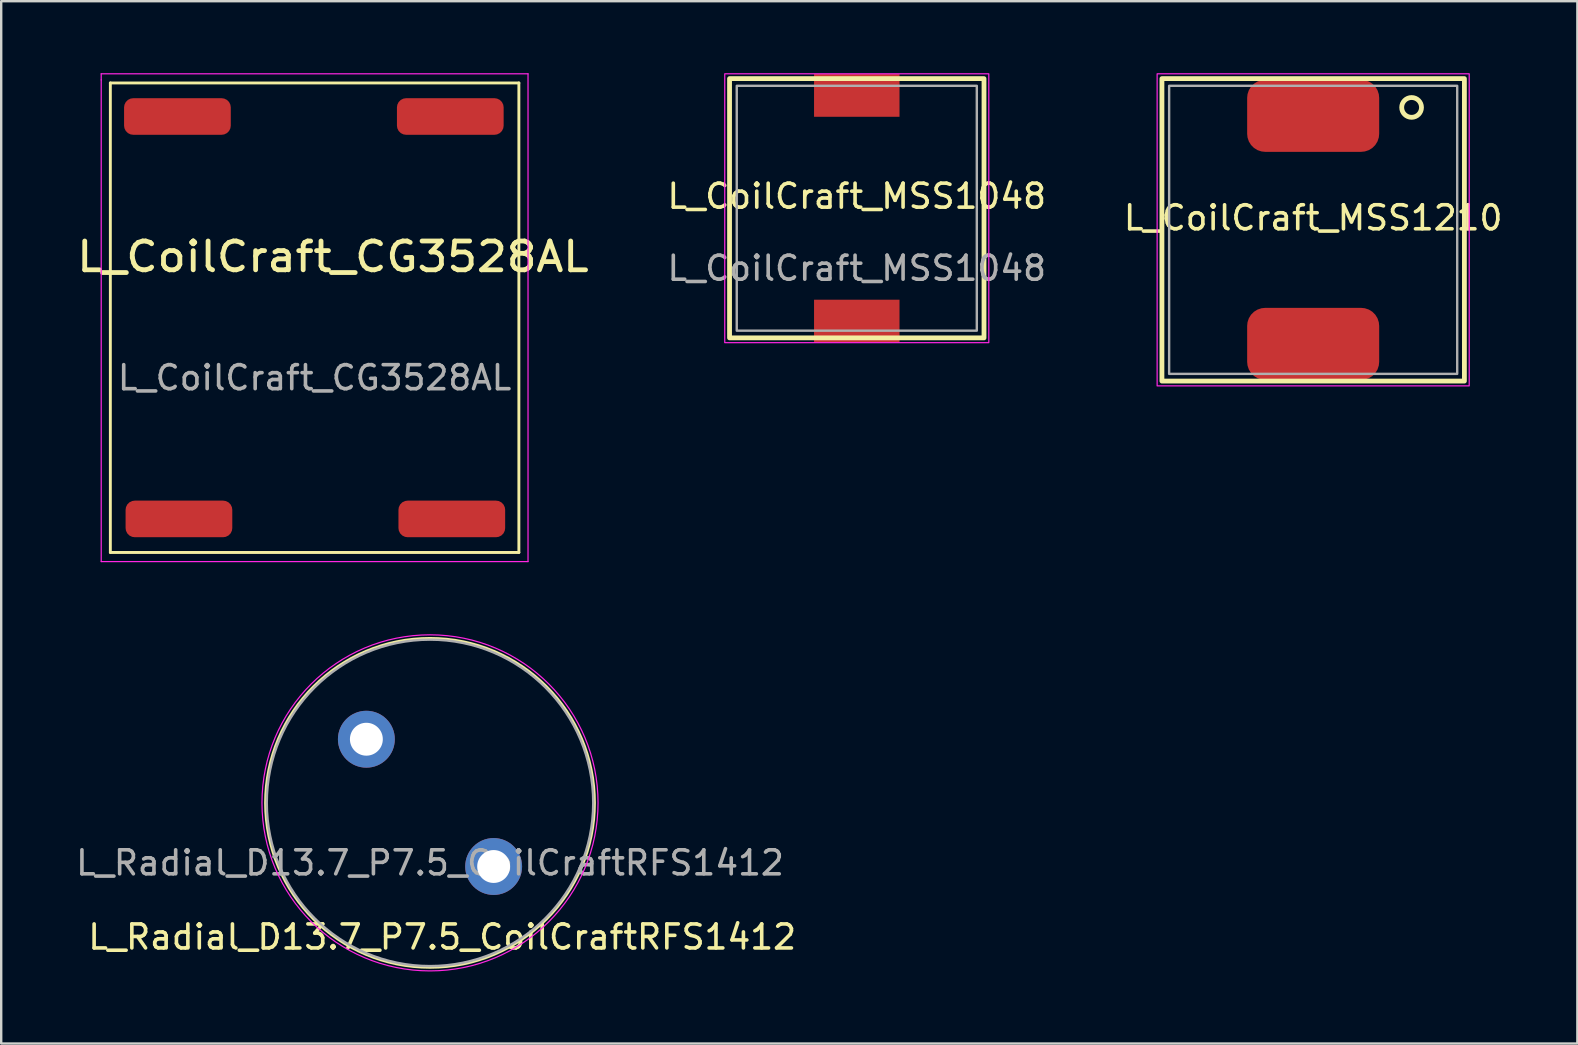
<source format=kicad_pcb>
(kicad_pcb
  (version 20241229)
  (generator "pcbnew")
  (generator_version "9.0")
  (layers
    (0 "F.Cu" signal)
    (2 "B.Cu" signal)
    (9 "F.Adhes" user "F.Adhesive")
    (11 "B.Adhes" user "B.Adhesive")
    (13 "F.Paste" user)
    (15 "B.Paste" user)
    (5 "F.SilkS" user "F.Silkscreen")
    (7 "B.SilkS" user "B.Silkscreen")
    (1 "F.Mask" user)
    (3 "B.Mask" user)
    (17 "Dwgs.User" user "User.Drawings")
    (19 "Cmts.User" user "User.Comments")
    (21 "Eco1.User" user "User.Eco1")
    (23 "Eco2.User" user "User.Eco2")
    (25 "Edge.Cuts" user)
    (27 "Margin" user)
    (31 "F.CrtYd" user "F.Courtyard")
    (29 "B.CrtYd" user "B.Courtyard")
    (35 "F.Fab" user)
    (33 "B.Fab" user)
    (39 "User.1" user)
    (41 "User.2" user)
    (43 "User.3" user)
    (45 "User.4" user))
  (footprint "L_CoilCraft_MSS1210"
    (layer "F.Cu")
    (at 51.653 6.525)
    (property "Reference" "L_CoilCraft_MSS1210" (at 0 -0.5 0) (unlocked yes) (layer "F.SilkS") (effects (font (size 1 1) (thickness 0.15))))
    (attr smd)
    (fp_rect (start 6.3 6.3) (end -6.3 -6.3) (stroke (width 0.2) (type solid)) (fill no) (layer "F.SilkS"))
    (fp_circle (center 4.1 -5.1) (end 4.512 -5.1) (stroke (width 0.2) (type solid)) (fill no) (layer "F.SilkS"))
    (fp_rect (start 6.5 6.5) (end -6.5 -6.5) (stroke (width 0.05) (type solid)) (fill no) (layer "F.CrtYd"))
    (fp_rect (start 6 6) (end -6 -6) (stroke (width 0.1) (type solid)) (fill no) (layer "F.Fab"))
    (pad "1" smd roundrect (at 0 -4.75) (size 5.5 3) (layers "F.Cu" "F.Mask" "F.Paste") (roundrect_rratio 0.25))
    (pad "2" smd roundrect (at 0 4.75) (size 5.5 3) (layers "F.Cu" "F.Mask" "F.Paste") (roundrect_rratio 0.25)))
  (footprint "L_CoilCraft_CG3528AL"
    (layer "F.Cu")
    (at 10.056 10.185)
    (property "Reference" "L_CoilCraft_CG3528AL" (at 0.762 -2.54 0) (unlocked yes) (layer "F.SilkS") (effects (font (size 1.2 1.3) (thickness 0.2))))
    (attr smd)
    (fp_line (start -8.509 9.779) (end -8.509 -9.779) (stroke (width 0.12) (type solid)) (layer "F.SilkS"))
    (fp_line (start -8.509 9.779) (end 8.509 9.779) (stroke (width 0.12) (type solid)) (layer "F.SilkS"))
    (fp_line (start 8.509 -9.779) (end -8.509 -9.779) (stroke (width 0.12) (type solid)) (layer "F.SilkS"))
    (fp_line (start 8.509 9.779) (end 8.509 -9.779) (stroke (width 0.12) (type solid)) (layer "F.SilkS"))
    (fp_line (start -8.89 -10.16) (end -8.89 -9.906) (stroke (width 0.05) (type solid)) (layer "F.CrtYd"))
    (fp_line (start -8.89 -9.906) (end -8.89 10.16) (stroke (width 0.05) (type solid)) (layer "F.CrtYd"))
    (fp_line (start -8.89 10.16) (end 8.89 10.16) (stroke (width 0.05) (type solid)) (layer "F.CrtYd"))
    (fp_line (start 8.89 -10.16) (end -8.89 -10.16) (stroke (width 0.05) (type solid)) (layer "F.CrtYd"))
    (fp_line (start 8.89 10.16) (end 8.89 -10.16) (stroke (width 0.05) (type solid)) (layer "F.CrtYd"))
    (fp_text user "${REFERENCE}" (at 0 2.5 0) (unlocked yes) (layer "F.Fab") (effects (font (size 1 1) (thickness 0.15))))
    (pad "1" smd roundrect (at 5.652 -8.382) (size 4.445 1.524) (layers "F.Cu" "F.Mask" "F.Paste") (roundrect_rratio 0.25))
    (pad "2" smd roundrect (at -5.715 -8.382) (size 4.445 1.524) (layers "F.Cu" "F.Mask" "F.Paste") (roundrect_rratio 0.25))
    (pad "3" smd roundrect (at -5.652 8.382) (size 4.445 1.524) (layers "F.Cu" "F.Mask" "F.Paste") (roundrect_rratio 0.25))
    (pad "4" smd roundrect (at 5.715 8.382) (size 4.445 1.524) (layers "F.Cu" "F.Mask" "F.Paste") (roundrect_rratio 0.25)))
  (footprint "L_Radial_D13.7_P7.5_CoilCraftRFS1412"
    (layer "F.Cu")
    (at 14.863 30.395)
    (property "Reference" "L_Radial_D13.7_P7.5_CoilCraftRFS1412" (at 0.508 5.588 0) (unlocked yes) (layer "F.SilkS") (effects (font (size 1 1) (thickness 0.15))))
    (attr through_hole)
    (fp_circle (center 0 0) (end 6.85 0) (stroke (width 0.12) (type solid)) (fill no) (layer "F.SilkS"))
    (fp_circle (center 0 0) (end 7 0) (stroke (width 0.05) (type solid)) (fill no) (layer "F.CrtYd"))
    (fp_circle (center 0 0) (end 6.8 0) (stroke (width 0.1) (type solid)) (fill no) (layer "F.Fab"))
    (fp_text user "${REFERENCE}" (at 0 2.5 0) (unlocked yes) (layer "F.Fab") (effects (font (size 1 1) (thickness 0.15))))
    (pad "1" thru_hole circle (at -2.651 -2.651) (size 2.37 2.37) (drill 1.37) (layers "*.Cu" "*.Mask"))
    (pad "2" thru_hole circle (at 2.651 2.651) (size 2.37 2.37) (drill 1.37) (layers "*.Cu" "*.Mask")))
  (footprint "L_CoilCraft_MSS1048"
    (layer "F.Cu")
    (at 32.641 5.625)
    (property "Reference" "L_CoilCraft_MSS1048" (at 0 -0.5 0) (unlocked yes) (layer "F.SilkS") (effects (font (size 1 1) (thickness 0.15))))
    (attr smd)
    (fp_rect (start -5.3 -5.4) (end 5.3 5.4) (stroke (width 0.2) (type solid)) (fill no) (layer "F.SilkS"))
    (fp_rect (start -5.5 -5.6) (end 5.5 5.6) (stroke (width 0.05) (type solid)) (fill no) (layer "F.CrtYd"))
    (fp_rect (start -5 -5.1) (end 5 5.1) (stroke (width 0.1) (type solid)) (fill no) (layer "F.Fab"))
    (fp_text user "${REFERENCE}" (at 0 2.5 0) (unlocked yes) (layer "F.Fab") (effects (font (size 1 1) (thickness 0.15))))
    (pad "1" smd rect (at 0 -4.7) (size 3.56 1.78) (layers "F.Cu" "F.Mask" "F.Paste"))
    (pad "2" smd rect (at 0 4.7) (size 3.56 1.78) (layers "F.Cu" "F.Mask" "F.Paste")))
  (gr_rect
    (start -3 -3)
    (end 62.659 40.42)
    (stroke (width 0.1) (type default))
    (fill no)
    (layer "Edge.Cuts")))
</source>
